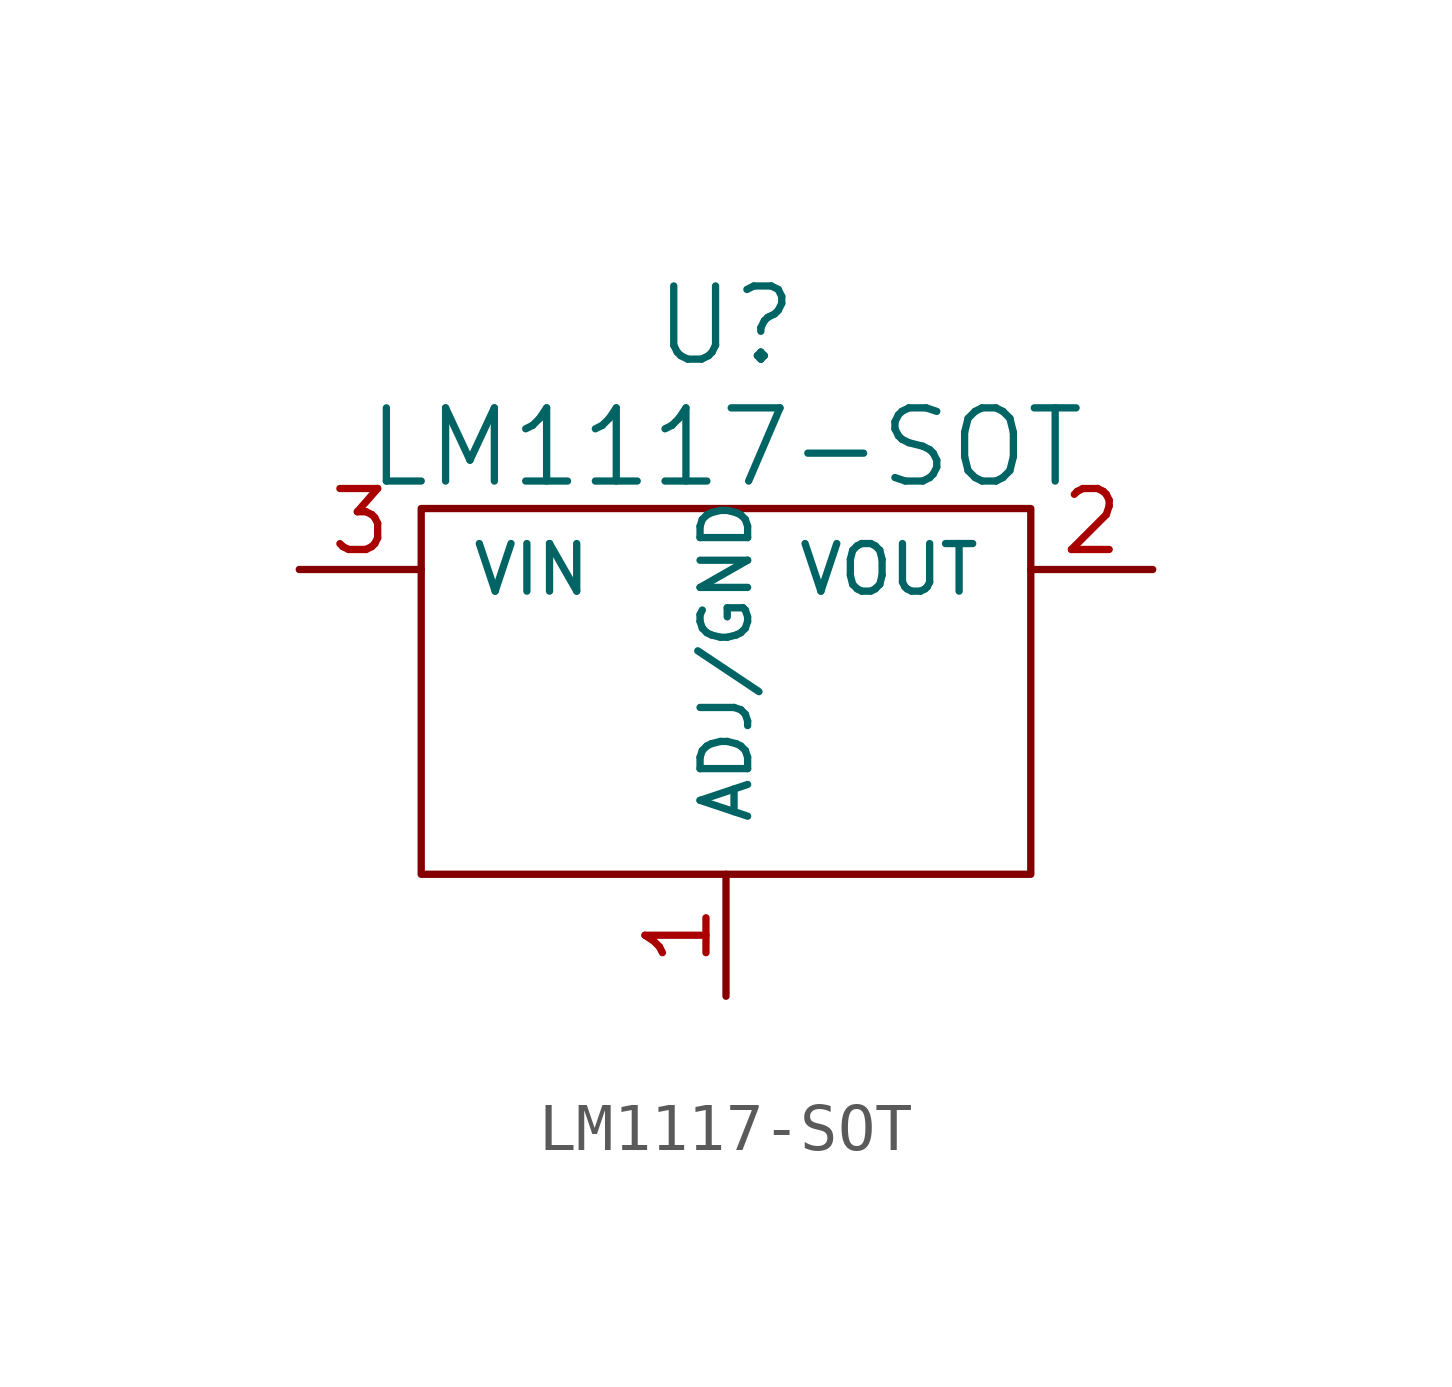
<source format=kicad_sym>
(kicad_symbol_lib
  (version 20220914)
  (generator kicad_symbol_editor)
  (symbol "LM1117-SOT"
    (pin_names
      (offset 1.016))
    (property "Reference" "U"
      (at 0 5.08 0)
      (effects (font (size 1.524 1.524))))
    (property "Value" "LM1117-SOT"
      (at 0 2.54 0)
      (effects (font (size 1.524 1.524))))
    (property "Footprint" ""
      (at 0 0 0)
      (effects (font (size 1.524 1.524))))
    (property "Datasheet" ""
      (at 0 0 0)
      (effects (font (size 1.524 1.524))))
    (symbol "LM1117-SOT_0_1"
      (rectangle (start -6.35 1.27) (end 6.35 -6.35) (stroke (width 0) (type solid)) (fill (type none))))
    (symbol "LM1117-SOT_1_1"
      (pin input line (at 0 -8.89 90) (length 2.54) (name "ADJ/GND" (effects (font (size 0.991 0.991)))) (number "1" (effects (font (size 1.27 1.27)))))
      (pin input line (at 8.89 0 180) (length 2.54) (name "VOUT" (effects (font (size 0.991 0.991)))) (number "2" (effects (font (size 1.27 1.27)))))
      (pin input line (at -8.89 0 0) (length 2.54) (name "VIN" (effects (font (size 0.991 0.991)))) (number "3" (effects (font (size 1.27 1.27))))))))
</source>
